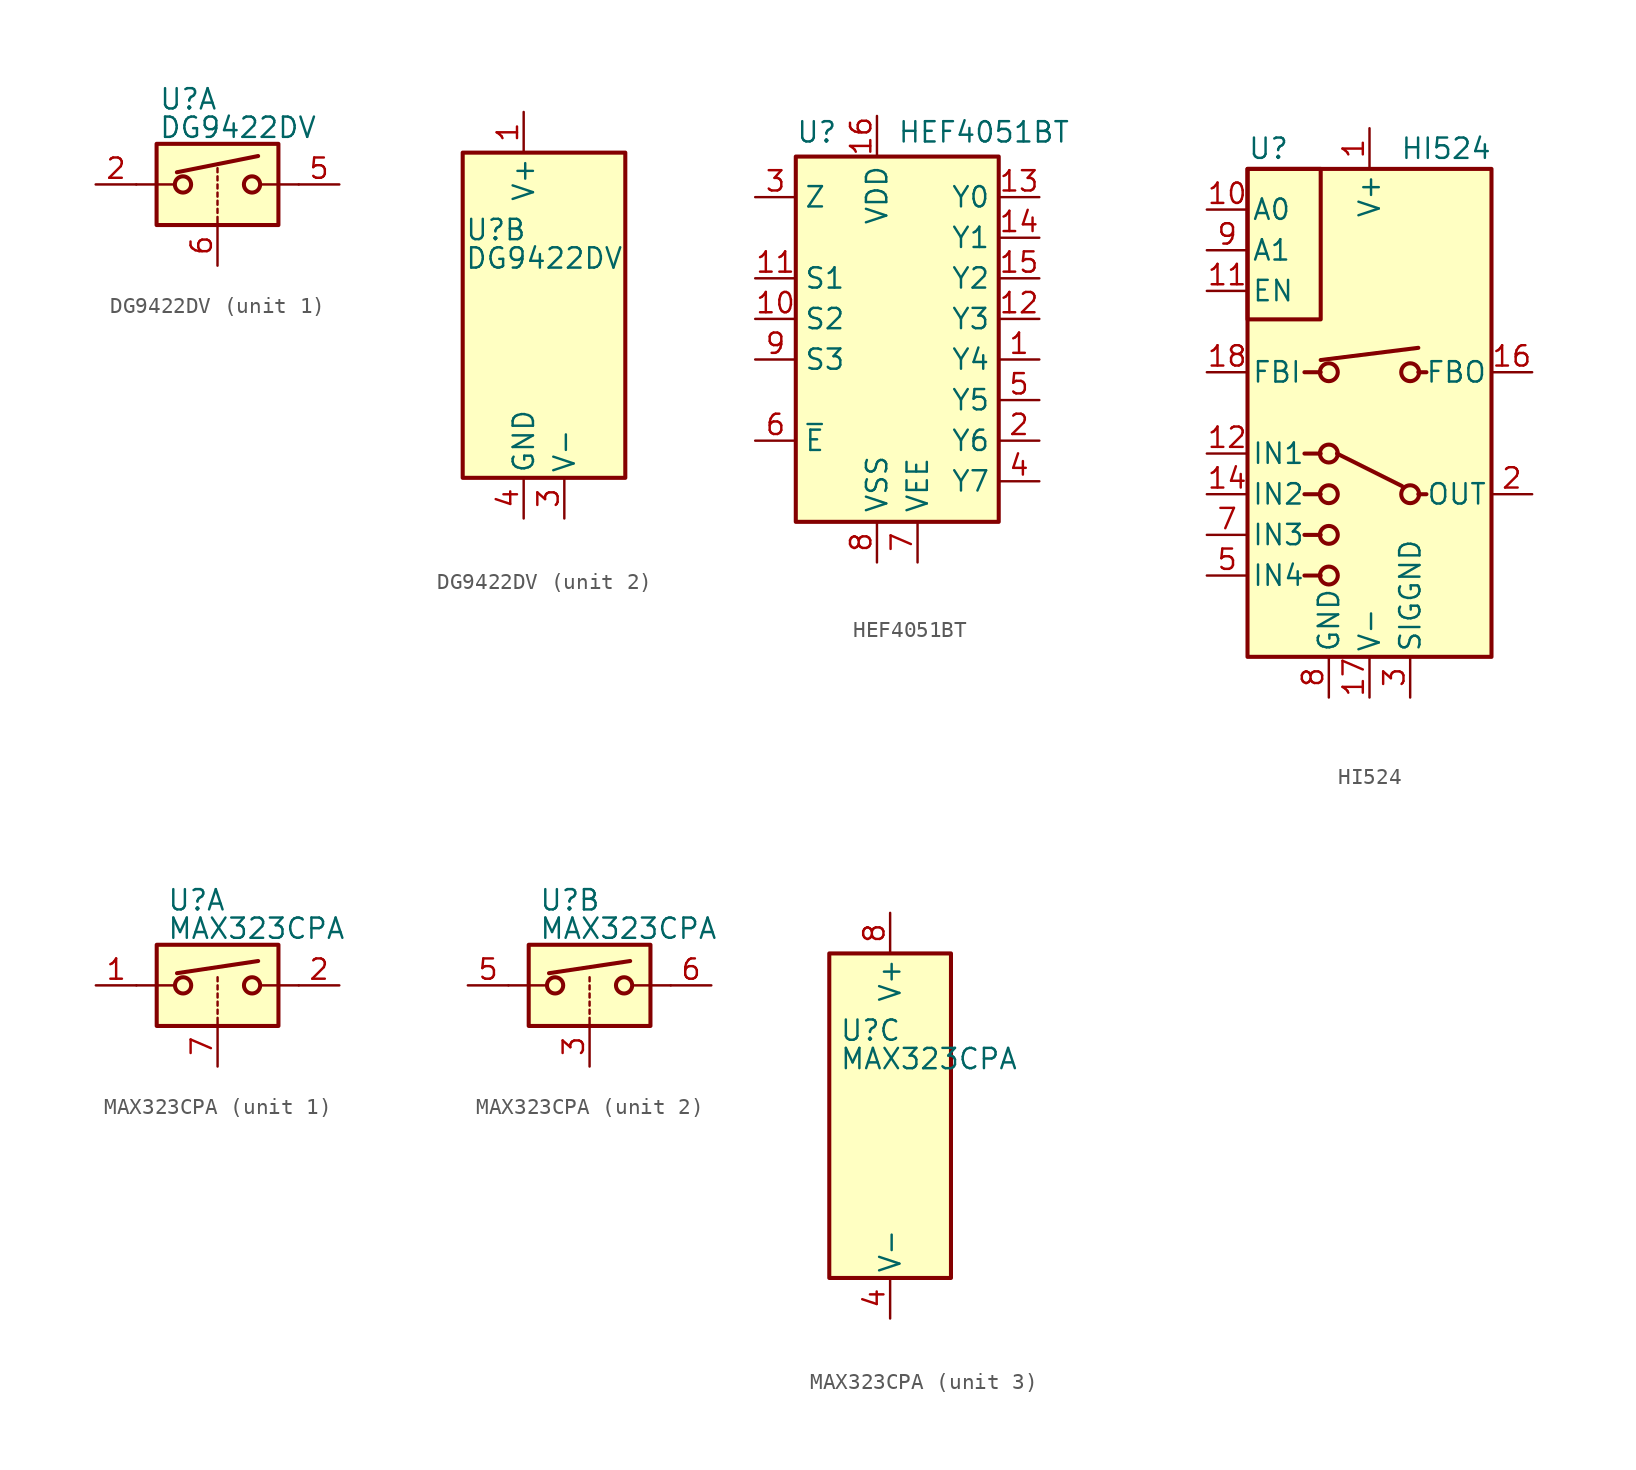
<source format=kicad_sym>
(kicad_symbol_lib
  (version 20241209)
  (generator "kicad_symbol_editor")
  (generator_version "9.0")
  (symbol "DG9422DV"
    (pin_names
      (offset 0.254))
    (property "Reference" "U"
      (at -3.683 5.334 0)
      (effects (font (size 1.27 1.27)) (justify left)))
    (property "Value" "DG9422DV"
      (at -3.683 3.556 0)
      (effects (font (size 1.27 1.27)) (justify left)))
    (symbol "DG9422DV_1_1"
      (polyline (pts (xy -5.08 0) (xy -2.794 0)) (stroke (width 0) (type default)) (fill (type none)))
      (rectangle (start -3.81 2.54) (end 3.81 -2.54) (stroke (width 0.254) (type default)) (fill (type background)))
      (polyline (pts (xy -2.54 0.762) (xy 2.54 1.778)) (stroke (width 0.254) (type default)) (fill (type none)))
      (circle (center -2.159 0) (radius 0.508) (stroke (width 0.254) (type default)) (fill (type none)))
      (polyline (pts (xy 0 0.762) (xy 0 1.016)) (stroke (width 0) (type default)) (fill (type none)))
      (polyline (pts (xy 0 0.254) (xy 0 0.508)) (stroke (width 0) (type default)) (fill (type none)))
      (polyline (pts (xy 0 -0.254) (xy 0 0)) (stroke (width 0) (type default)) (fill (type none)))
      (polyline (pts (xy 0 -0.762) (xy 0 -0.508)) (stroke (width 0) (type default)) (fill (type none)))
      (polyline (pts (xy 0 -1.27) (xy 0 -1.016)) (stroke (width 0) (type default)) (fill (type none)))
      (polyline (pts (xy 0 -1.778) (xy 0 -1.524)) (stroke (width 0) (type default)) (fill (type none)))
      (polyline (pts (xy 0 -2.54) (xy 0 -2.032)) (stroke (width 0) (type default)) (fill (type none)))
      (circle (center 2.159 0) (radius 0.508) (stroke (width 0.254) (type default)) (fill (type none)))
      (polyline (pts (xy 5.08 0) (xy 2.794 0)) (stroke (width 0) (type default)) (fill (type none)))
      (pin passive line (at -7.62 0 0) (length 2.54) (name "~" (effects (font (size 1.27 1.27)))) (number "2" (effects (font (size 1.27 1.27)))))
      (pin input line (at 0 -5.08 90) (length 2.54) (name "~" (effects (font (size 1.27 1.27)))) (number "6" (effects (font (size 1.27 1.27)))))
      (pin passive line (at 7.62 0 180) (length 2.54) (name "~" (effects (font (size 1.27 1.27)))) (number "5" (effects (font (size 1.27 1.27))))))
    (symbol "DG9422DV_2_0"
      (pin power_in line (at 0 12.7 270) (length 2.54) (name "V+" (effects (font (size 1.27 1.27)))) (number "1" (effects (font (size 1.27 1.27)))))
      (pin power_in line (at 0 -12.7 90) (length 2.54) (name "GND" (effects (font (size 1.27 1.27)))) (number "4" (effects (font (size 1.27 1.27)))))
      (pin power_in line (at 2.54 -12.7 90) (length 2.54) (name "V-" (effects (font (size 1.27 1.27)))) (number "3" (effects (font (size 1.27 1.27))))))
    (symbol "DG9422DV_2_1"
      (rectangle (start -3.81 10.16) (end 6.35 -10.16) (stroke (width 0.254) (type default)) (fill (type background)))))
  (symbol "HEF4051BT"
    (property "Reference" "U"
      (at -5.08 11.684 0)
      (effects (font (size 1.27 1.27)) (justify left)))
    (property "Value" "HEF4051BT"
      (at 1.27 11.684 0)
      (effects (font (size 1.27 1.27)) (justify left)))
    (symbol "HEF4051BT_0_1"
      (rectangle (start -5.08 10.16) (end 7.62 -12.7) (stroke (width 0.254) (type default)) (fill (type background))))
    (symbol "HEF4051BT_1_1"
      (pin passive line (at -7.62 7.62 0) (length 2.54) (name "Z" (effects (font (size 1.27 1.27)))) (number "3" (effects (font (size 1.27 1.27)))))
      (pin input line (at -7.62 2.54 0) (length 2.54) (name "S1" (effects (font (size 1.27 1.27)))) (number "11" (effects (font (size 1.27 1.27)))))
      (pin input line (at -7.62 0 0) (length 2.54) (name "S2" (effects (font (size 1.27 1.27)))) (number "10" (effects (font (size 1.27 1.27)))))
      (pin input line (at -7.62 -2.54 0) (length 2.54) (name "S3" (effects (font (size 1.27 1.27)))) (number "9" (effects (font (size 1.27 1.27)))))
      (pin input line (at -7.62 -7.62 0) (length 2.54) (name "~{E}" (effects (font (size 1.27 1.27)))) (number "6" (effects (font (size 1.27 1.27)))))
      (pin power_in line (at 0 12.7 270) (length 2.54) (name "VDD" (effects (font (size 1.27 1.27)))) (number "16" (effects (font (size 1.27 1.27)))))
      (pin power_in line (at 0 -15.24 90) (length 2.54) (name "VSS" (effects (font (size 1.27 1.27)))) (number "8" (effects (font (size 1.27 1.27)))))
      (pin power_in line (at 2.54 -15.24 90) (length 2.54) (name "VEE" (effects (font (size 1.27 1.27)))) (number "7" (effects (font (size 1.27 1.27)))))
      (pin passive line (at 10.16 7.62 180) (length 2.54) (name "Y0" (effects (font (size 1.27 1.27)))) (number "13" (effects (font (size 1.27 1.27)))))
      (pin passive line (at 10.16 5.08 180) (length 2.54) (name "Y1" (effects (font (size 1.27 1.27)))) (number "14" (effects (font (size 1.27 1.27)))))
      (pin passive line (at 10.16 2.54 180) (length 2.54) (name "Y2" (effects (font (size 1.27 1.27)))) (number "15" (effects (font (size 1.27 1.27)))))
      (pin passive line (at 10.16 0 180) (length 2.54) (name "Y3" (effects (font (size 1.27 1.27)))) (number "12" (effects (font (size 1.27 1.27)))))
      (pin passive line (at 10.16 -2.54 180) (length 2.54) (name "Y4" (effects (font (size 1.27 1.27)))) (number "1" (effects (font (size 1.27 1.27)))))
      (pin passive line (at 10.16 -5.08 180) (length 2.54) (name "Y5" (effects (font (size 1.27 1.27)))) (number "5" (effects (font (size 1.27 1.27)))))
      (pin passive line (at 10.16 -7.62 180) (length 2.54) (name "Y6" (effects (font (size 1.27 1.27)))) (number "2" (effects (font (size 1.27 1.27)))))
      (pin passive line (at 10.16 -10.16 180) (length 2.54) (name "Y7" (effects (font (size 1.27 1.27)))) (number "4" (effects (font (size 1.27 1.27)))))))
  (symbol "HI524"
    (pin_names
      (offset 0.254))
    (property "Reference" "U"
      (at -7.62 16.51 0)
      (effects (font (size 1.27 1.27)) (justify left)))
    (property "Value" "HI524"
      (at 1.905 16.51 0)
      (effects (font (size 1.27 1.27)) (justify left)))
    (symbol "HI524_0_1"
      (rectangle (start -7.62 5.842) (end -3.048 15.24) (stroke (width 0.254) (type default)) (fill (type none)))
      (rectangle (start -7.62 -15.24) (end 7.62 15.24) (stroke (width 0.254) (type default)) (fill (type background)))
      (polyline (pts (xy -4.064 -5.08) (xy -3.048 -5.08)) (stroke (width 0.254) (type default)) (fill (type none)))
      (polyline (pts (xy -4.064 -10.16) (xy -3.048 -10.16)) (stroke (width 0.254) (type default)) (fill (type none)))
      (polyline (pts (xy -3.048 3.302) (xy 3.048 4.064)) (stroke (width 0.254) (type default)) (fill (type none)))
      (polyline (pts (xy -3.048 2.54) (xy -4.064 2.54)) (stroke (width 0.254) (type default)) (fill (type none)))
      (polyline (pts (xy -3.048 -2.54) (xy -4.064 -2.54)) (stroke (width 0.254) (type default)) (fill (type none)))
      (polyline (pts (xy -3.048 -7.62) (xy -4.064 -7.62)) (stroke (width 0.254) (type default)) (fill (type none)))
      (circle (center -2.54 2.54) (radius 0.559) (stroke (width 0.254) (type default)) (fill (type none)))
      (circle (center -2.54 -2.54) (radius 0.559) (stroke (width 0.254) (type default)) (fill (type none)))
      (circle (center -2.54 -5.08) (radius 0.559) (stroke (width 0.254) (type default)) (fill (type none)))
      (circle (center -2.54 -7.62) (radius 0.559) (stroke (width 0.254) (type default)) (fill (type none)))
      (circle (center -2.54 -10.16) (radius 0.559) (stroke (width 0.254) (type default)) (fill (type none)))
      (polyline (pts (xy 2.032 -4.572) (xy -2.032 -2.54)) (stroke (width 0.254) (type default)) (fill (type none)))
      (circle (center 2.54 2.54) (radius 0.559) (stroke (width 0.254) (type default)) (fill (type none)))
      (circle (center 2.54 -5.08) (radius 0.559) (stroke (width 0.254) (type default)) (fill (type none)))
      (polyline (pts (xy 3.048 2.54) (xy 3.556 2.54)) (stroke (width 0.254) (type default)) (fill (type none)))
      (polyline (pts (xy 3.048 -5.08) (xy 3.556 -5.08)) (stroke (width 0.254) (type default)) (fill (type none))))
    (symbol "HI524_1_1"
      (pin input line (at -10.16 12.7 0) (length 2.54) (name "A0" (effects (font (size 1.27 1.27)))) (number "10" (effects (font (size 1.27 1.27)))))
      (pin input line (at -10.16 10.16 0) (length 2.54) (name "A1" (effects (font (size 1.27 1.27)))) (number "9" (effects (font (size 1.27 1.27)))))
      (pin input line (at -10.16 7.62 0) (length 2.54) (name "EN" (effects (font (size 1.27 1.27)))) (number "11" (effects (font (size 1.27 1.27)))))
      (pin input line (at -10.16 2.54 0) (length 2.54) (name "FBI" (effects (font (size 1.27 1.27)))) (number "18" (effects (font (size 1.27 1.27)))))
      (pin input line (at -10.16 -2.54 0) (length 2.54) (name "IN1" (effects (font (size 1.27 1.27)))) (number "12" (effects (font (size 1.27 1.27)))))
      (pin input line (at -10.16 -5.08 0) (length 2.54) (name "IN2" (effects (font (size 1.27 1.27)))) (number "14" (effects (font (size 1.27 1.27)))))
      (pin input line (at -10.16 -7.62 0) (length 2.54) (name "IN3" (effects (font (size 1.27 1.27)))) (number "7" (effects (font (size 1.27 1.27)))))
      (pin input line (at -10.16 -10.16 0) (length 2.54) (name "IN4" (effects (font (size 1.27 1.27)))) (number "5" (effects (font (size 1.27 1.27)))))
      (pin power_in line (at -2.54 -17.78 90) (length 2.54) (name "GND" (effects (font (size 1.27 1.27)))) (number "8" (effects (font (size 1.27 1.27)))))
      (pin power_in line (at 0 17.78 270) (length 2.54) (name "V+" (effects (font (size 1.27 1.27)))) (number "1" (effects (font (size 1.27 1.27)))))
      (pin power_in line (at 0 -17.78 90) (length 2.54) (name "V-" (effects (font (size 1.27 1.27)))) (number "17" (effects (font (size 1.27 1.27)))))
      (pin passive line (at 2.54 -17.78 90) (length 2.54) (hide yes) (name "SIGGND" (effects (font (size 1.27 1.27)))) (number "13" (effects (font (size 1.27 1.27)))))
      (pin passive line (at 2.54 -17.78 90) (length 2.54) (hide yes) (name "SIGGND" (effects (font (size 1.27 1.27)))) (number "15" (effects (font (size 1.27 1.27)))))
      (pin power_in line (at 2.54 -17.78 90) (length 2.54) (name "SIGGND" (effects (font (size 1.27 1.27)))) (number "3" (effects (font (size 1.27 1.27)))))
      (pin passive line (at 2.54 -17.78 90) (length 2.54) (hide yes) (name "SIGGND" (effects (font (size 1.27 1.27)))) (number "4" (effects (font (size 1.27 1.27)))))
      (pin passive line (at 2.54 -17.78 90) (length 2.54) (hide yes) (name "SIGGND" (effects (font (size 1.27 1.27)))) (number "6" (effects (font (size 1.27 1.27)))))
      (pin output line (at 10.16 2.54 180) (length 2.54) (name "FBO" (effects (font (size 1.27 1.27)))) (number "16" (effects (font (size 1.27 1.27)))))
      (pin output line (at 10.16 -5.08 180) (length 2.54) (name "OUT" (effects (font (size 1.27 1.27)))) (number "2" (effects (font (size 1.27 1.27)))))))
  (symbol "MAX323CPA"
    (pin_names
      (offset 0.254))
    (property "Reference" "U"
      (at -3.175 5.334 0)
      (effects (font (size 1.27 1.27)) (justify left)))
    (property "Value" "MAX323CPA"
      (at -3.175 3.556 0)
      (effects (font (size 1.27 1.27)) (justify left)))
    (symbol "MAX323CPA_1_1"
      (polyline (pts (xy -5.08 0) (xy -2.794 0)) (stroke (width 0) (type default)) (fill (type none)))
      (rectangle (start -3.81 2.54) (end 3.81 -2.54) (stroke (width 0.254) (type default)) (fill (type background)))
      (polyline (pts (xy -2.54 0.762) (xy 2.54 1.524)) (stroke (width 0.254) (type default)) (fill (type none)))
      (circle (center -2.159 0) (radius 0.508) (stroke (width 0.254) (type default)) (fill (type none)))
      (polyline (pts (xy 0 0.254) (xy 0 0.508)) (stroke (width 0) (type default)) (fill (type none)))
      (polyline (pts (xy 0 -0.254) (xy 0 0)) (stroke (width 0) (type default)) (fill (type none)))
      (polyline (pts (xy 0 -0.762) (xy 0 -0.508)) (stroke (width 0) (type default)) (fill (type none)))
      (polyline (pts (xy 0 -1.27) (xy 0 -1.016)) (stroke (width 0) (type default)) (fill (type none)))
      (polyline (pts (xy 0 -1.778) (xy 0 -1.524)) (stroke (width 0) (type default)) (fill (type none)))
      (polyline (pts (xy 0 -2.54) (xy 0 -2.032)) (stroke (width 0) (type default)) (fill (type none)))
      (circle (center 2.159 0) (radius 0.508) (stroke (width 0.254) (type default)) (fill (type none)))
      (polyline (pts (xy 5.08 0) (xy 2.794 0)) (stroke (width 0) (type default)) (fill (type none)))
      (pin passive line (at -7.62 0 0) (length 2.54) (name "~" (effects (font (size 1.27 1.27)))) (number "1" (effects (font (size 1.27 1.27)))))
      (pin input line (at 0 -5.08 90) (length 2.54) (name "~" (effects (font (size 1.27 1.27)))) (number "7" (effects (font (size 1.27 1.27)))))
      (pin passive line (at 7.62 0 180) (length 2.54) (name "~" (effects (font (size 1.27 1.27)))) (number "2" (effects (font (size 1.27 1.27))))))
    (symbol "MAX323CPA_2_1"
      (polyline (pts (xy -5.08 0) (xy -2.794 0)) (stroke (width 0) (type default)) (fill (type none)))
      (rectangle (start -3.81 2.54) (end 3.81 -2.54) (stroke (width 0.254) (type default)) (fill (type background)))
      (polyline (pts (xy -2.54 0.762) (xy 2.54 1.524)) (stroke (width 0.254) (type default)) (fill (type none)))
      (circle (center -2.159 0) (radius 0.508) (stroke (width 0.254) (type default)) (fill (type none)))
      (polyline (pts (xy 0 0.254) (xy 0 0.508)) (stroke (width 0) (type default)) (fill (type none)))
      (polyline (pts (xy 0 -0.254) (xy 0 0)) (stroke (width 0) (type default)) (fill (type none)))
      (polyline (pts (xy 0 -0.762) (xy 0 -0.508)) (stroke (width 0) (type default)) (fill (type none)))
      (polyline (pts (xy 0 -1.27) (xy 0 -1.016)) (stroke (width 0) (type default)) (fill (type none)))
      (polyline (pts (xy 0 -1.778) (xy 0 -1.524)) (stroke (width 0) (type default)) (fill (type none)))
      (polyline (pts (xy 0 -2.54) (xy 0 -2.032)) (stroke (width 0) (type default)) (fill (type none)))
      (circle (center 2.159 0) (radius 0.508) (stroke (width 0.254) (type default)) (fill (type none)))
      (polyline (pts (xy 5.08 0) (xy 2.794 0)) (stroke (width 0) (type default)) (fill (type none)))
      (pin passive line (at -7.62 0 0) (length 2.54) (name "~" (effects (font (size 1.27 1.27)))) (number "5" (effects (font (size 1.27 1.27)))))
      (pin input line (at 0 -5.08 90) (length 2.54) (name "~" (effects (font (size 1.27 1.27)))) (number "3" (effects (font (size 1.27 1.27)))))
      (pin passive line (at 7.62 0 180) (length 2.54) (name "~" (effects (font (size 1.27 1.27)))) (number "6" (effects (font (size 1.27 1.27))))))
    (symbol "MAX323CPA_3_0"
      (pin power_in line (at 0 12.7 270) (length 2.54) (name "V+" (effects (font (size 1.27 1.27)))) (number "8" (effects (font (size 1.27 1.27)))))
      (pin power_in line (at 0 -12.7 90) (length 2.54) (name "V-" (effects (font (size 1.27 1.27)))) (number "4" (effects (font (size 1.27 1.27))))))
    (symbol "MAX323CPA_3_1"
      (rectangle (start -3.81 10.16) (end 3.81 -10.16) (stroke (width 0.254) (type default)) (fill (type background))))))
</source>
